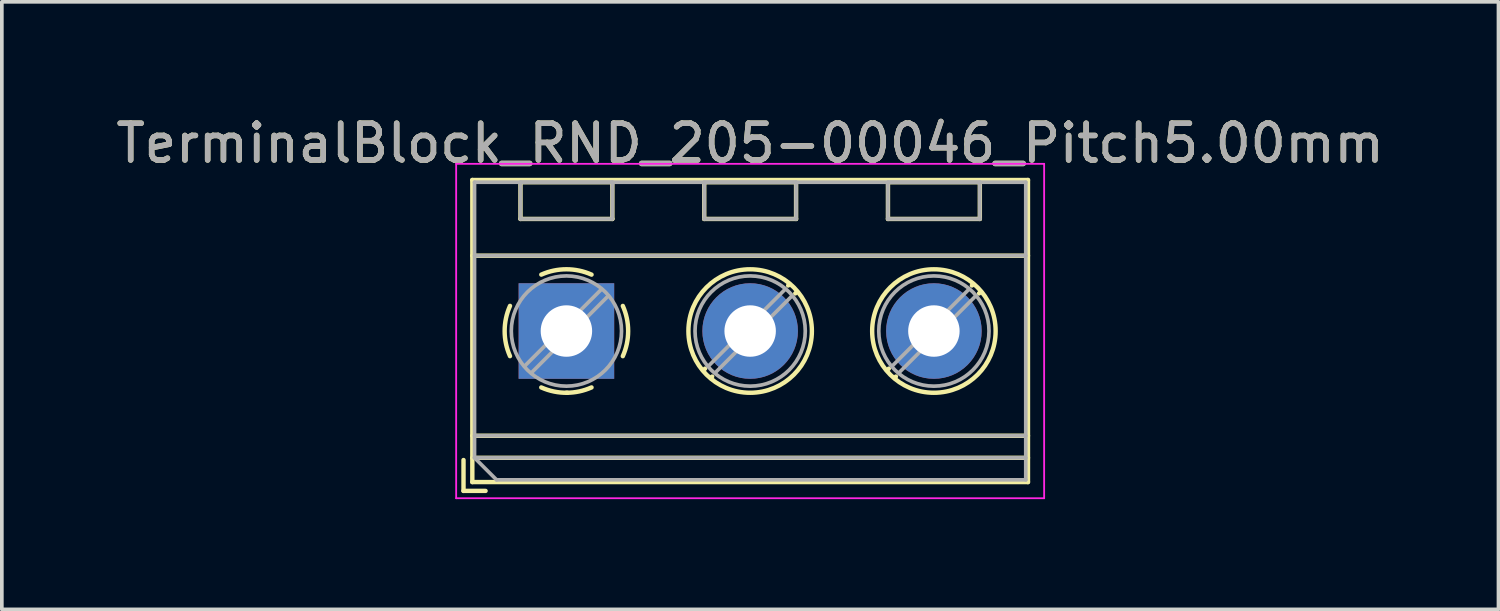
<source format=kicad_pcb>
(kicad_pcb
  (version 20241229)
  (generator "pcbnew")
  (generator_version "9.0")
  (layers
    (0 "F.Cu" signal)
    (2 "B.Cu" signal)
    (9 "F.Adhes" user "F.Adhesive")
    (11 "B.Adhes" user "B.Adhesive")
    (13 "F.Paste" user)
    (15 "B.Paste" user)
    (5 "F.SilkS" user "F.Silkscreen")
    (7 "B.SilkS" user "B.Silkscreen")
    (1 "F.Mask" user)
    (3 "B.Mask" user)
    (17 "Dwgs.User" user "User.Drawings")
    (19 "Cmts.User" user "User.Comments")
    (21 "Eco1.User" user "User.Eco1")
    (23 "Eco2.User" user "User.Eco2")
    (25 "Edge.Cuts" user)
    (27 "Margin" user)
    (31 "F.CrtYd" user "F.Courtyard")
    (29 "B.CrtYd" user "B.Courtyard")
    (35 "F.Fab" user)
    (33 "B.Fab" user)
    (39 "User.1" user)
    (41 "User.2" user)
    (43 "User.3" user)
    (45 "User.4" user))
  (footprint "TerminalBlock_RND_205-00046_Pitch5.00mm"
    (layer "F.Cu")
    (at 12.363 5.958)
    (property "Reference" "TerminalBlock_RND_205-00046_Pitch5.00mm" (at 5 -5.11 0) (layer "F.SilkS") (effects (font (size 1 1) (thickness 0.15))))
    (attr through_hole)
    (fp_line (start -2.8 3.51) (end -2.8 4.35) (stroke (width 0.12) (type solid)) (layer "F.SilkS"))
    (fp_line (start -2.8 4.35) (end -2.2 4.35) (stroke (width 0.12) (type solid)) (layer "F.SilkS"))
    (fp_line (start -2.56 -4.11) (end -2.56 4.11) (stroke (width 0.12) (type solid)) (layer "F.SilkS"))
    (fp_line (start -2.56 -2.05) (end 12.56 -2.05) (stroke (width 0.12) (type solid)) (layer "F.SilkS"))
    (fp_line (start -2.56 2.85) (end 12.56 2.85) (stroke (width 0.12) (type solid)) (layer "F.SilkS"))
    (fp_line (start -2.56 3.45) (end 12.56 3.45) (stroke (width 0.12) (type solid)) (layer "F.SilkS"))
    (fp_line (start -2.56 4.11) (end 12.56 4.11) (stroke (width 0.12) (type solid)) (layer "F.SilkS"))
    (fp_line (start -1.25 -4.05) (end -1.25 -3.05) (stroke (width 0.12) (type solid)) (layer "F.SilkS"))
    (fp_line (start -1.25 -4.05) (end 1.25 -4.05) (stroke (width 0.12) (type solid)) (layer "F.SilkS"))
    (fp_line (start -1.25 -3.05) (end 1.25 -3.05) (stroke (width 0.12) (type solid)) (layer "F.SilkS"))
    (fp_line (start 1.25 -4.05) (end 1.25 -3.05) (stroke (width 0.12) (type solid)) (layer "F.SilkS"))
    (fp_line (start 3.75 -4.05) (end 3.75 -3.05) (stroke (width 0.12) (type solid)) (layer "F.SilkS"))
    (fp_line (start 3.75 -4.05) (end 6.25 -4.05) (stroke (width 0.12) (type solid)) (layer "F.SilkS"))
    (fp_line (start 3.75 -3.05) (end 6.25 -3.05) (stroke (width 0.12) (type solid)) (layer "F.SilkS"))
    (fp_line (start 3.773 1.023) (end 3.726 1.069) (stroke (width 0.12) (type solid)) (layer "F.SilkS"))
    (fp_line (start 3.966 1.239) (end 3.931 1.274) (stroke (width 0.12) (type solid)) (layer "F.SilkS"))
    (fp_line (start 6.07 -1.275) (end 6.035 -1.239) (stroke (width 0.12) (type solid)) (layer "F.SilkS"))
    (fp_line (start 6.25 -4.05) (end 6.25 -3.05) (stroke (width 0.12) (type solid)) (layer "F.SilkS"))
    (fp_line (start 6.275 -1.069) (end 6.228 -1.023) (stroke (width 0.12) (type solid)) (layer "F.SilkS"))
    (fp_line (start 8.75 -4.05) (end 8.75 -3.05) (stroke (width 0.12) (type solid)) (layer "F.SilkS"))
    (fp_line (start 8.75 -4.05) (end 11.25 -4.05) (stroke (width 0.12) (type solid)) (layer "F.SilkS"))
    (fp_line (start 8.75 -3.05) (end 11.25 -3.05) (stroke (width 0.12) (type solid)) (layer "F.SilkS"))
    (fp_line (start 8.773 1.023) (end 8.726 1.069) (stroke (width 0.12) (type solid)) (layer "F.SilkS"))
    (fp_line (start 8.966 1.239) (end 8.931 1.274) (stroke (width 0.12) (type solid)) (layer "F.SilkS"))
    (fp_line (start 11.07 -1.275) (end 11.035 -1.239) (stroke (width 0.12) (type solid)) (layer "F.SilkS"))
    (fp_line (start 11.25 -4.05) (end 11.25 -3.05) (stroke (width 0.12) (type solid)) (layer "F.SilkS"))
    (fp_line (start 11.275 -1.069) (end 11.228 -1.023) (stroke (width 0.12) (type solid)) (layer "F.SilkS"))
    (fp_line (start 12.56 -4.11) (end -2.56 -4.11) (stroke (width 0.12) (type solid)) (layer "F.SilkS"))
    (fp_line (start 12.56 4.11) (end 12.56 -4.11) (stroke (width 0.12) (type solid)) (layer "F.SilkS"))
    (fp_arc (start -1.535427 0.683042) (mid -1.680501 -0.000524) (end -1.535 -0.684) (stroke (width 0.12) (type solid)) (layer "F.SilkS"))
    (fp_arc (start -0.683042 -1.535427) (mid 0.000524 -1.680501) (end 0.684 -1.535) (stroke (width 0.12) (type solid)) (layer "F.SilkS"))
    (fp_arc (start 0.028805 1.680253) (mid -0.335551 1.646659) (end -0.684 1.535) (stroke (width 0.12) (type solid)) (layer "F.SilkS"))
    (fp_arc (start 0.683318 1.534756) (mid 0.349292 1.643288) (end 0 1.68) (stroke (width 0.12) (type solid)) (layer "F.SilkS"))
    (fp_arc (start 1.535427 -0.683042) (mid 1.680501 0.000524) (end 1.535 0.684) (stroke (width 0.12) (type solid)) (layer "F.SilkS"))
    (fp_circle (center 5 0) (end 6.68 0) (stroke (width 0.12) (type solid)) (fill no) (layer "F.SilkS"))
    (fp_circle (center 10 0) (end 11.68 0) (stroke (width 0.12) (type solid)) (fill no) (layer "F.SilkS"))
    (fp_line (start -3 -4.55) (end -3 4.55) (stroke (width 0.05) (type solid)) (layer "F.CrtYd"))
    (fp_line (start -3 4.55) (end 13 4.55) (stroke (width 0.05) (type solid)) (layer "F.CrtYd"))
    (fp_line (start 13 -4.55) (end -3 -4.55) (stroke (width 0.05) (type solid)) (layer "F.CrtYd"))
    (fp_line (start 13 4.55) (end 13 -4.55) (stroke (width 0.05) (type solid)) (layer "F.CrtYd"))
    (fp_line (start -2.5 -4.05) (end 12.5 -4.05) (stroke (width 0.1) (type solid)) (layer "F.Fab"))
    (fp_line (start -2.5 -2.05) (end 12.5 -2.05) (stroke (width 0.1) (type solid)) (layer "F.Fab"))
    (fp_line (start -2.5 2.85) (end 12.5 2.85) (stroke (width 0.1) (type solid)) (layer "F.Fab"))
    (fp_line (start -2.5 3.45) (end -2.5 -4.05) (stroke (width 0.1) (type solid)) (layer "F.Fab"))
    (fp_line (start -2.5 3.45) (end 12.5 3.45) (stroke (width 0.1) (type solid)) (layer "F.Fab"))
    (fp_line (start -1.9 4.05) (end -2.5 3.45) (stroke (width 0.1) (type solid)) (layer "F.Fab"))
    (fp_line (start -1.25 -4.05) (end -1.25 -3.05) (stroke (width 0.1) (type solid)) (layer "F.Fab"))
    (fp_line (start -1.25 -3.05) (end 1.25 -3.05) (stroke (width 0.1) (type solid)) (layer "F.Fab"))
    (fp_line (start 0.955 -1.138) (end -1.138 0.955) (stroke (width 0.1) (type solid)) (layer "F.Fab"))
    (fp_line (start 1.138 -0.955) (end -0.955 1.138) (stroke (width 0.1) (type solid)) (layer "F.Fab"))
    (fp_line (start 1.25 -4.05) (end -1.25 -4.05) (stroke (width 0.1) (type solid)) (layer "F.Fab"))
    (fp_line (start 1.25 -3.05) (end 1.25 -4.05) (stroke (width 0.1) (type solid)) (layer "F.Fab"))
    (fp_line (start 3.75 -4.05) (end 3.75 -3.05) (stroke (width 0.1) (type solid)) (layer "F.Fab"))
    (fp_line (start 3.75 -3.05) (end 6.25 -3.05) (stroke (width 0.1) (type solid)) (layer "F.Fab"))
    (fp_line (start 5.955 -1.138) (end 3.863 0.955) (stroke (width 0.1) (type solid)) (layer "F.Fab"))
    (fp_line (start 6.138 -0.955) (end 4.046 1.138) (stroke (width 0.1) (type solid)) (layer "F.Fab"))
    (fp_line (start 6.25 -4.05) (end 3.75 -4.05) (stroke (width 0.1) (type solid)) (layer "F.Fab"))
    (fp_line (start 6.25 -3.05) (end 6.25 -4.05) (stroke (width 0.1) (type solid)) (layer "F.Fab"))
    (fp_line (start 8.75 -4.05) (end 8.75 -3.05) (stroke (width 0.1) (type solid)) (layer "F.Fab"))
    (fp_line (start 8.75 -3.05) (end 11.25 -3.05) (stroke (width 0.1) (type solid)) (layer "F.Fab"))
    (fp_line (start 10.955 -1.138) (end 8.863 0.955) (stroke (width 0.1) (type solid)) (layer "F.Fab"))
    (fp_line (start 11.138 -0.955) (end 9.046 1.138) (stroke (width 0.1) (type solid)) (layer "F.Fab"))
    (fp_line (start 11.25 -4.05) (end 8.75 -4.05) (stroke (width 0.1) (type solid)) (layer "F.Fab"))
    (fp_line (start 11.25 -3.05) (end 11.25 -4.05) (stroke (width 0.1) (type solid)) (layer "F.Fab"))
    (fp_line (start 12.5 -4.05) (end 12.5 4.05) (stroke (width 0.1) (type solid)) (layer "F.Fab"))
    (fp_line (start 12.5 4.05) (end -1.9 4.05) (stroke (width 0.1) (type solid)) (layer "F.Fab"))
    (fp_circle (center 0 0) (end 1.5 0) (stroke (width 0.1) (type solid)) (fill no) (layer "F.Fab"))
    (fp_circle (center 5 0) (end 6.5 0) (stroke (width 0.1) (type solid)) (fill no) (layer "F.Fab"))
    (fp_circle (center 10 0) (end 11.5 0) (stroke (width 0.1) (type solid)) (fill no) (layer "F.Fab"))
    (fp_text user "${REFERENCE}" (at 5 -5.11 0) (layer "F.Fab") (effects (font (size 1 1) (thickness 0.15))))
    (pad "1" thru_hole rect (at 0 0) (size 2.6 2.6) (drill 1.4) (layers "*.Cu" "*.Mask"))
    (pad "2" thru_hole circle (at 5 0) (size 2.6 2.6) (drill 1.4) (layers "*.Cu" "*.Mask"))
    (pad "3" thru_hole circle (at 10 0) (size 2.6 2.6) (drill 1.4) (layers "*.Cu" "*.Mask")))
  (gr_rect
    (start -3 -3)
    (end 37.726 13.533)
    (stroke (width 0.1) (type default))
    (fill no)
    (layer "Edge.Cuts")))
</source>
